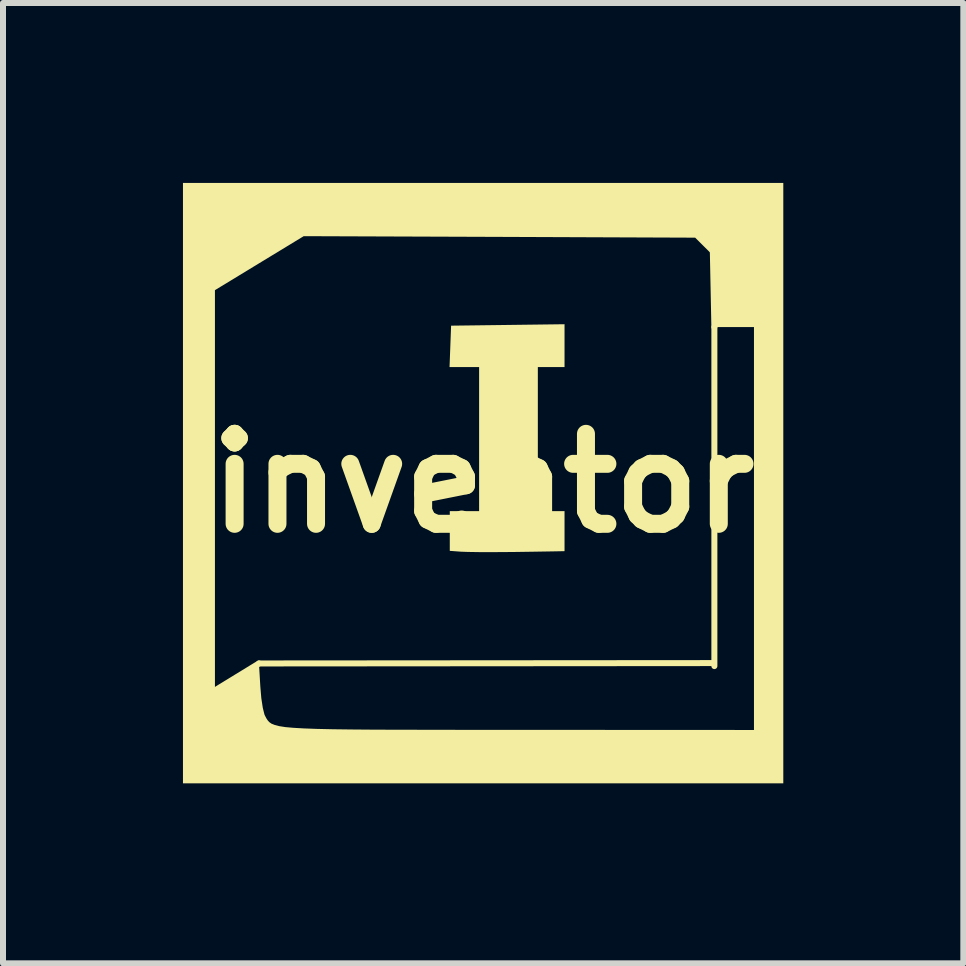
<source format=kicad_pcb>
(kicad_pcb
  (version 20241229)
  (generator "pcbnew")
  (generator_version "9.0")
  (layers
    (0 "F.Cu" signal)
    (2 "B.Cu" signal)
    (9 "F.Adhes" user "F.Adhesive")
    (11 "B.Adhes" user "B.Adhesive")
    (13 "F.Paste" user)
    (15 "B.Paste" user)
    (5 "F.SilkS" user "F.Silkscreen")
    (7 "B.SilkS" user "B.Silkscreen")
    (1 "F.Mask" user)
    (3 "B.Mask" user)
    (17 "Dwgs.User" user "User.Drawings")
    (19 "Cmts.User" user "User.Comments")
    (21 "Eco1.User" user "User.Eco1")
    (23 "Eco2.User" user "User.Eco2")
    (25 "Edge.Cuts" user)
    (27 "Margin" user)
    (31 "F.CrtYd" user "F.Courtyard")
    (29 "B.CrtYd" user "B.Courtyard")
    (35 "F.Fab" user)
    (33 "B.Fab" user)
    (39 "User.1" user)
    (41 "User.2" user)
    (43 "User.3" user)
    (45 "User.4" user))
  (footprint "inventor"
    (layer "F.Cu")
    (at 5.004 5.004)
    (property "Reference" "inventor" (at 0 0 0) (layer "F.SilkS") (effects (font (size 1.5 1.5) (thickness 0.3))))
    (attr board_only exclude_from_pos_files exclude_from_bom)
    (fp_line (start -3.737 3.006) (end -4.471 3.455) (stroke (width 0.1) (type default)) (layer "F.SilkS"))
    (fp_line (start 3.825 3) (end -3.737 3.006) (stroke (width 0.1) (type default)) (layer "F.SilkS"))
    (fp_line (start 3.855 -2.602) (end 3.826 -4.025) (stroke (width 0.1) (type default)) (layer "F.SilkS"))
    (fp_line (start 3.855 -2.602) (end 3.855 3.05) (stroke (width 0.1) (type default)) (layer "F.SilkS"))
    (fp_poly (pts (xy 1.357 -2.292) (xy 1.357 -1.935) (xy 1.134 -1.935) (xy 0.912 -1.935) (xy 0.912 -0.734) (xy 0.912 0.467) (xy 1.134 0.467) (xy 1.357 0.467) (xy 1.357 0.801) (xy 1.357 1.134) (xy 1.212 1.137) (xy 0.848 1.143) (xy 0.506 1.148) (xy 0.2 1.15) (xy -0.057 1.15) (xy -0.251 1.147) (xy -0.367 1.143) (xy -0.556 1.129) (xy -0.556 0.798) (xy -0.556 0.467) (xy -0.311 0.467) (xy -0.067 0.467) (xy -0.067 -0.734) (xy -0.067 -1.935) (xy -0.313 -1.935) (xy -0.56 -1.935) (xy -0.547 -2.28) (xy -0.534 -2.625) (xy 0.411 -2.637) (xy 1.357 -2.649)) (stroke (width 0) (type solid)) (fill yes) (layer "F.SilkS"))
    (fp_poly (pts (xy 5.004 0) (xy 5.004 5.004) (xy 0 5.004) (xy -5.004 5.004) (xy -5.004 0) (xy -5.004 -3.217) (xy -4.471 -3.217) (xy -4.471 0.119) (xy -4.471 3.455) (xy -4.304 3.353) (xy -4.161 3.266) (xy -3.997 3.166) (xy -3.937 3.129) (xy -3.737 3.006) (xy -3.714 3.394) (xy -3.698 3.583) (xy -3.673 3.747) (xy -3.645 3.859) (xy -3.635 3.88) (xy -3.614 3.92) (xy -3.592 3.954) (xy -3.565 3.984) (xy -3.528 4.01) (xy -3.474 4.032) (xy -3.399 4.051) (xy -3.297 4.067) (xy -3.162 4.079) (xy -2.988 4.089) (xy -2.771 4.097) (xy -2.504 4.103) (xy -2.183 4.107) (xy -1.802 4.11) (xy -1.354 4.111) (xy -0.836 4.112) (xy -0.24 4.113) (xy 0.437 4.113) (xy 0.589 4.113) (xy 4.515 4.115) (xy 4.515 0.756) (xy 4.515 -2.602) (xy 4.185 -2.602) (xy 3.855 -2.602) (xy 3.84 -3.202) (xy 3.826 -3.802) (xy 3.68 -3.947) (xy 3.535 -4.092) (xy 0.272 -4.105) (xy -2.991 -4.117) (xy -3.731 -3.667) (xy -4.471 -3.217) (xy -5.004 -3.217) (xy -5.004 -5.004) (xy 0 -5.004) (xy 5.004 -5.004)) (stroke (width 0) (type solid)) (fill yes) (layer "F.SilkS")))
  (gr_rect
    (start -3 -3)
    (end 13.009 13.009)
    (stroke (width 0.1) (type default))
    (fill no)
    (layer "Edge.Cuts")))
</source>
